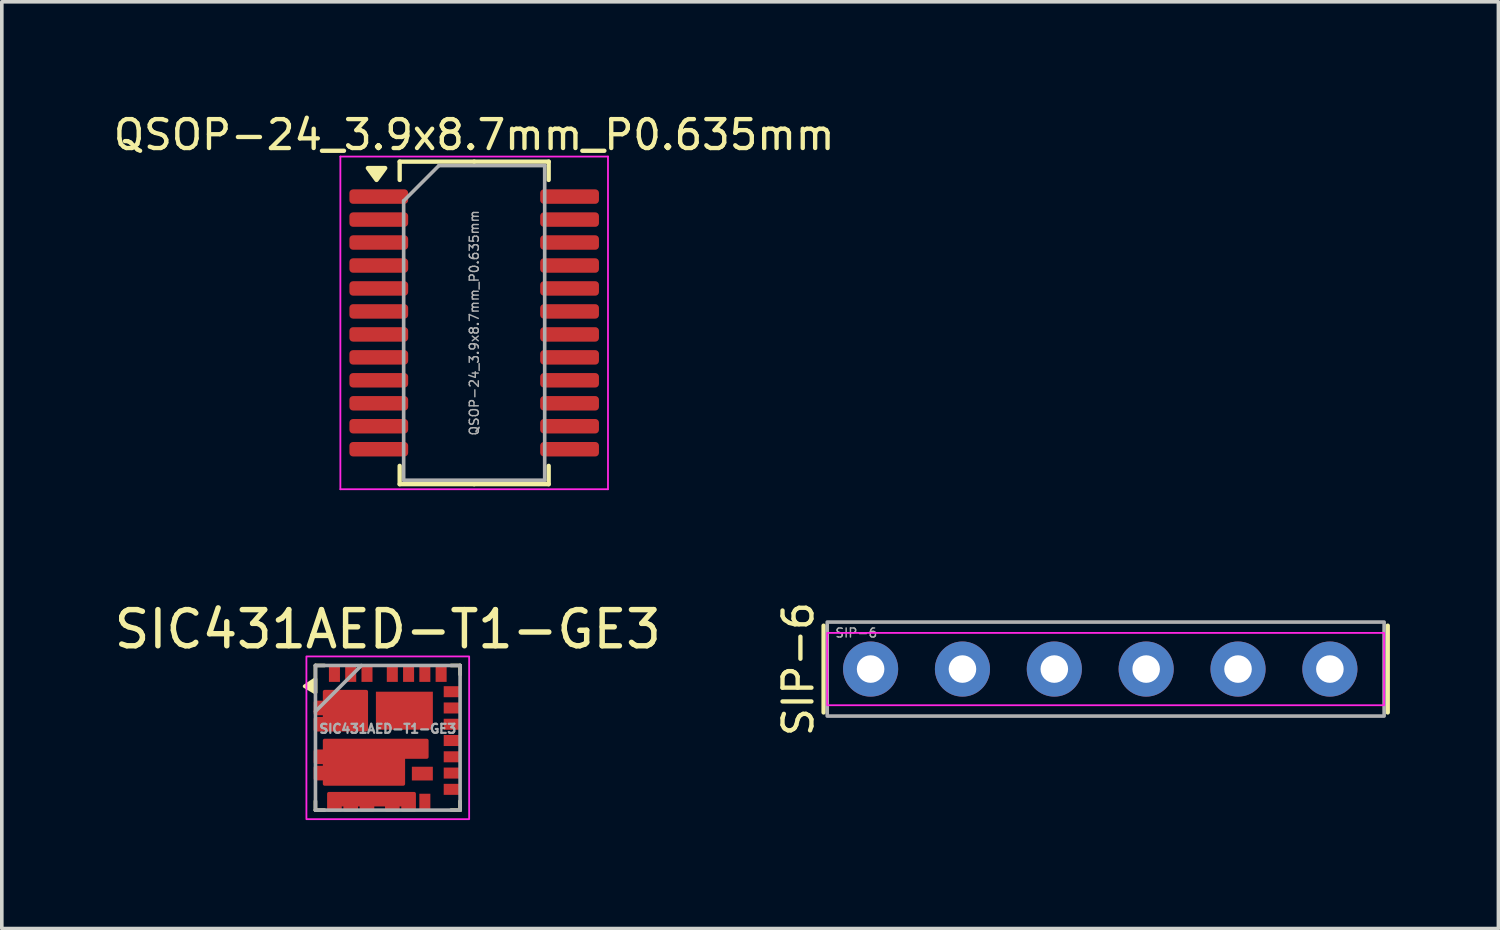
<source format=kicad_pcb>
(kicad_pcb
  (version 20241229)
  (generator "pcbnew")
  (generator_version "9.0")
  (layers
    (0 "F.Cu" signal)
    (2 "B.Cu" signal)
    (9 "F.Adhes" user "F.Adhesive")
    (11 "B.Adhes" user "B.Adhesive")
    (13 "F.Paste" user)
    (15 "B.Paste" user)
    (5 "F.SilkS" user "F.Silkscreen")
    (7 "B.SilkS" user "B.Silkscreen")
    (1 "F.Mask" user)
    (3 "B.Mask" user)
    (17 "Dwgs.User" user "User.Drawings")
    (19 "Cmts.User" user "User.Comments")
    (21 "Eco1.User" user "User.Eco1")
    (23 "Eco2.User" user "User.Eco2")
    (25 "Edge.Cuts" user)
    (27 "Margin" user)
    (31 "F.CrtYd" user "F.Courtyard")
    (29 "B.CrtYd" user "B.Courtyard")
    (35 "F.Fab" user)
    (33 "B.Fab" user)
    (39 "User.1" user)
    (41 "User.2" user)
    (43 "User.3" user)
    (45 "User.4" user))
  (footprint "QSOP-24_3.9x8.7mm_P0.635mm"
    (layer "F.Cu")
    (at 10.062 5.879)
    (property "Reference" "QSOP-24_3.9x8.7mm_P0.635mm" (at 0 -5.2 0) (layer "F.SilkS") (effects (font (size 0.8 0.8) (thickness 0.12))))
    (attr smd)
    (fp_line (start -2.06 -4.46) (end -2.06 -3.953) (stroke (width 0.12) (type solid)) (layer "F.SilkS"))
    (fp_line (start -2.06 4.46) (end -2.06 3.953) (stroke (width 0.12) (type solid)) (layer "F.SilkS"))
    (fp_line (start 0 -4.46) (end -2.06 -4.46) (stroke (width 0.12) (type solid)) (layer "F.SilkS"))
    (fp_line (start 0 -4.46) (end 2.06 -4.46) (stroke (width 0.12) (type solid)) (layer "F.SilkS"))
    (fp_line (start 0 4.46) (end -2.06 4.46) (stroke (width 0.12) (type solid)) (layer "F.SilkS"))
    (fp_line (start 0 4.46) (end 2.06 4.46) (stroke (width 0.12) (type solid)) (layer "F.SilkS"))
    (fp_line (start 2.06 -4.46) (end 2.06 -3.953) (stroke (width 0.12) (type solid)) (layer "F.SilkS"))
    (fp_line (start 2.06 4.46) (end 2.06 3.953) (stroke (width 0.12) (type solid)) (layer "F.SilkS"))
    (fp_poly (pts (xy -2.7 -3.953) (xy -2.94 -4.282) (xy -2.46 -4.282) (xy -2.7 -3.953)) (stroke (width 0.12) (type solid)) (fill yes) (layer "F.SilkS"))
    (fp_line (start -3.7 -4.6) (end -3.7 4.6) (stroke (width 0.05) (type solid)) (layer "F.CrtYd"))
    (fp_line (start -3.7 4.6) (end 3.7 4.6) (stroke (width 0.05) (type solid)) (layer "F.CrtYd"))
    (fp_line (start 3.7 -4.6) (end -3.7 -4.6) (stroke (width 0.05) (type solid)) (layer "F.CrtYd"))
    (fp_line (start 3.7 4.6) (end 3.7 -4.6) (stroke (width 0.05) (type solid)) (layer "F.CrtYd"))
    (fp_line (start -1.95 -3.375) (end -0.975 -4.35) (stroke (width 0.1) (type solid)) (layer "F.Fab"))
    (fp_line (start -1.95 4.35) (end -1.95 -3.375) (stroke (width 0.1) (type solid)) (layer "F.Fab"))
    (fp_line (start -0.975 -4.35) (end 1.95 -4.35) (stroke (width 0.1) (type solid)) (layer "F.Fab"))
    (fp_line (start 1.95 -4.35) (end 1.95 4.35) (stroke (width 0.1) (type solid)) (layer "F.Fab"))
    (fp_line (start 1.95 4.35) (end -1.95 4.35) (stroke (width 0.1) (type solid)) (layer "F.Fab"))
    (fp_text user "${REFERENCE}" (at 0 0 90) (layer "F.Fab") (effects (font (size 0.25 0.25) (thickness 0.04))))
    (pad "1" smd roundrect (at -2.638 -3.493) (size 1.625 0.4) (layers "F.Cu" "F.Mask" "F.Paste") (roundrect_rratio 0.25))
    (pad "2" smd roundrect (at -2.638 -2.857) (size 1.625 0.4) (layers "F.Cu" "F.Mask" "F.Paste") (roundrect_rratio 0.25))
    (pad "3" smd roundrect (at -2.638 -2.223) (size 1.625 0.4) (layers "F.Cu" "F.Mask" "F.Paste") (roundrect_rratio 0.25))
    (pad "4" smd roundrect (at -2.638 -1.587) (size 1.625 0.4) (layers "F.Cu" "F.Mask" "F.Paste") (roundrect_rratio 0.25))
    (pad "5" smd roundrect (at -2.638 -0.953) (size 1.625 0.4) (layers "F.Cu" "F.Mask" "F.Paste") (roundrect_rratio 0.25))
    (pad "6" smd roundrect (at -2.638 -0.318) (size 1.625 0.4) (layers "F.Cu" "F.Mask" "F.Paste") (roundrect_rratio 0.25))
    (pad "7" smd roundrect (at -2.638 0.318) (size 1.625 0.4) (layers "F.Cu" "F.Mask" "F.Paste") (roundrect_rratio 0.25))
    (pad "8" smd roundrect (at -2.638 0.953) (size 1.625 0.4) (layers "F.Cu" "F.Mask" "F.Paste") (roundrect_rratio 0.25))
    (pad "9" smd roundrect (at -2.638 1.587) (size 1.625 0.4) (layers "F.Cu" "F.Mask" "F.Paste") (roundrect_rratio 0.25))
    (pad "10" smd roundrect (at -2.638 2.223) (size 1.625 0.4) (layers "F.Cu" "F.Mask" "F.Paste") (roundrect_rratio 0.25))
    (pad "11" smd roundrect (at -2.638 2.857) (size 1.625 0.4) (layers "F.Cu" "F.Mask" "F.Paste") (roundrect_rratio 0.25))
    (pad "12" smd roundrect (at -2.638 3.493) (size 1.625 0.4) (layers "F.Cu" "F.Mask" "F.Paste") (roundrect_rratio 0.25))
    (pad "13" smd roundrect (at 2.638 3.493) (size 1.625 0.4) (layers "F.Cu" "F.Mask" "F.Paste") (roundrect_rratio 0.25))
    (pad "14" smd roundrect (at 2.638 2.857) (size 1.625 0.4) (layers "F.Cu" "F.Mask" "F.Paste") (roundrect_rratio 0.25))
    (pad "15" smd roundrect (at 2.638 2.223) (size 1.625 0.4) (layers "F.Cu" "F.Mask" "F.Paste") (roundrect_rratio 0.25))
    (pad "16" smd roundrect (at 2.638 1.587) (size 1.625 0.4) (layers "F.Cu" "F.Mask" "F.Paste") (roundrect_rratio 0.25))
    (pad "17" smd roundrect (at 2.638 0.953) (size 1.625 0.4) (layers "F.Cu" "F.Mask" "F.Paste") (roundrect_rratio 0.25))
    (pad "18" smd roundrect (at 2.638 0.318) (size 1.625 0.4) (layers "F.Cu" "F.Mask" "F.Paste") (roundrect_rratio 0.25))
    (pad "19" smd roundrect (at 2.638 -0.318) (size 1.625 0.4) (layers "F.Cu" "F.Mask" "F.Paste") (roundrect_rratio 0.25))
    (pad "20" smd roundrect (at 2.638 -0.953) (size 1.625 0.4) (layers "F.Cu" "F.Mask" "F.Paste") (roundrect_rratio 0.25))
    (pad "21" smd roundrect (at 2.638 -1.587) (size 1.625 0.4) (layers "F.Cu" "F.Mask" "F.Paste") (roundrect_rratio 0.25))
    (pad "22" smd roundrect (at 2.638 -2.223) (size 1.625 0.4) (layers "F.Cu" "F.Mask" "F.Paste") (roundrect_rratio 0.25))
    (pad "23" smd roundrect (at 2.638 -2.857) (size 1.625 0.4) (layers "F.Cu" "F.Mask" "F.Paste") (roundrect_rratio 0.25))
    (pad "24" smd roundrect (at 2.638 -3.493) (size 1.625 0.4) (layers "F.Cu" "F.Mask" "F.Paste") (roundrect_rratio 0.25)))
  (footprint "SIC431AED-T1-GE3"
    (layer "F.Cu")
    (at 7.673 17.352)
    (property "Reference" "SIC431AED-T1-GE3" (at 0 -3 0) (layer "F.SilkS") (effects (font (size 1 1) (thickness 0.15))))
    (attr through_hole)
    (fp_poly (pts (xy -2 -0.977) (xy -1.746 -0.977) (xy -1.746 -1.275) (xy -0.596 -1.275) (xy -0.596 -0.225) (xy -2 -0.223) (xy -2 -0.527) (xy -1.746 -0.527) (xy -1.746 -0.673) (xy -2 -0.673)) (stroke (width 0.1) (type solid)) (fill yes) (layer "F.Cu"))
    (fp_poly (pts (xy -1.746 1.275) (xy -1.746 1.127) (xy -2 1.127) (xy -2 0.823) (xy -1.746 0.823) (xy -1.746 0.677) (xy -2 0.677) (xy -2 0.373) (xy -1.746 0.373) (xy -1.746 0.075) (xy 1.079 0.076) (xy 1.079 0.53) (xy 0.429 0.53) (xy 0.429 1.275)) (stroke (width 0.1) (type solid)) (fill yes) (layer "F.Cu"))
    (fp_poly (pts (xy -1.628 2) (xy -1.628 1.546) (xy 0.728 1.546) (xy 0.728 2) (xy 0.423 2) (xy 0.423 1.848) (xy 0.277 1.848) (xy 0.277 2) (xy -0.027 2) (xy -0.027 1.848) (xy -0.423 1.848) (xy -0.423 2) (xy -0.727 2) (xy -0.727 1.848) (xy -0.873 1.848) (xy -0.873 2) (xy -1.178 2) (xy -1.178 1.848) (xy -1.323 1.848) (xy -1.323 2)) (stroke (width 0.1) (type solid)) (fill yes) (layer "F.Cu"))
    (fp_poly (pts (xy -2 -0.977) (xy -1.746 -0.977) (xy -1.746 -1.275) (xy -0.596 -1.275) (xy -0.596 -0.225) (xy -2 -0.223) (xy -2 -0.527) (xy -1.746 -0.527) (xy -1.746 -0.673) (xy -2 -0.673)) (stroke (width 0.1) (type solid)) (fill yes) (layer "F.Mask"))
    (fp_poly (pts (xy -1.746 1.275) (xy -1.746 1.127) (xy -2 1.127) (xy -2 0.823) (xy -1.746 0.823) (xy -1.746 0.677) (xy -2 0.677) (xy -2 0.373) (xy -1.746 0.373) (xy -1.746 0.075) (xy 1.079 0.076) (xy 1.079 0.53) (xy 0.429 0.53) (xy 0.429 1.275)) (stroke (width 0.1) (type solid)) (fill yes) (layer "F.Mask"))
    (fp_poly (pts (xy -1.628 1.546) (xy 0.728 1.546) (xy 0.728 2) (xy 0.423 2) (xy 0.423 1.848) (xy 0.277 1.848) (xy 0.277 2) (xy -0.027 2) (xy -0.027 1.848) (xy -0.423 1.848) (xy -0.423 2) (xy -0.727 2) (xy -0.727 1.848) (xy -0.873 1.848) (xy -0.873 2) (xy -1.178 2) (xy -1.178 1.848) (xy -1.323 1.848) (xy -1.323 2) (xy -1.628 2)) (stroke (width 0.1) (type solid)) (fill yes) (layer "F.Mask"))
    (fp_line (start -2 -2) (end -1.75 -2) (stroke (width 0.1) (type solid)) (layer "F.SilkS"))
    (fp_line (start -2 -1.25) (end -2 -2) (stroke (width 0.1) (type solid)) (layer "F.SilkS"))
    (fp_line (start -2 2) (end -2 1.75) (stroke (width 0.1) (type solid)) (layer "F.SilkS"))
    (fp_line (start -1.75 2) (end -2 2) (stroke (width 0.1) (type solid)) (layer "F.SilkS"))
    (fp_line (start 1.75 -2) (end 2 -2) (stroke (width 0.1) (type solid)) (layer "F.SilkS"))
    (fp_line (start 2 -2) (end 2 -1.75) (stroke (width 0.1) (type solid)) (layer "F.SilkS"))
    (fp_line (start 2 1.75) (end 2 2) (stroke (width 0.1) (type solid)) (layer "F.SilkS"))
    (fp_line (start 2 2) (end 1.75 2) (stroke (width 0.1) (type solid)) (layer "F.SilkS"))
    (fp_poly (pts (xy -2 -1.25) (xy -2.3 -1.425) (xy -2 -1.625)) (stroke (width 0.1) (type solid)) (fill yes) (layer "F.SilkS"))
    (fp_rect (start -1.6 1.5) (end 0.7 1.7) (stroke (width 0) (type solid)) (fill yes) (layer "F.Paste"))
    (fp_rect (start -1.5 -1.2) (end -0.8 -0.3) (stroke (width 0.1) (type solid)) (fill yes) (layer "F.Paste"))
    (fp_rect (start -1.5 0.2) (end 0.3 1.1) (stroke (width 0.1) (type solid)) (fill yes) (layer "F.Paste"))
    (fp_rect (start -0.2 -1.1) (end 1.1 -0.4) (stroke (width 0.1) (type solid)) (fill yes) (layer "F.Paste"))
    (fp_rect (start -2.25 -2.25) (end 2.25 2.25) (stroke (width 0.05) (type default)) (fill no) (layer "F.CrtYd"))
    (fp_line (start -2 -2) (end -2 2) (stroke (width 0.1) (type solid)) (layer "F.Fab"))
    (fp_line (start -2 -0.73) (end -0.73 -2) (stroke (width 0.1) (type solid)) (layer "F.Fab"))
    (fp_line (start -2 2) (end 2 2) (stroke (width 0.1) (type solid)) (layer "F.Fab"))
    (fp_line (start 2 -2) (end -2 -2) (stroke (width 0.1) (type solid)) (layer "F.Fab"))
    (fp_line (start 2 2) (end 2 -2) (stroke (width 0.1) (type solid)) (layer "F.Fab"))
    (fp_text user "${REFERENCE}" (at 0 -0.25 0) (layer "F.Fab") (effects (font (size 0.25 0.25) (thickness 0.062))))
    (pad "1" smd rect (at -1.873 -0.825 90) (size 0.305 0.254) (layers "F.Cu" "F.Mask" "F.Paste"))
    (pad "2" smd rect (at -1.873 -0.375 90) (size 0.305 0.254) (layers "F.Cu" "F.Mask" "F.Paste"))
    (pad "3" smd rect (at -1.873 0.525 90) (size 0.305 0.254) (layers "F.Cu" "F.Mask" "F.Paste"))
    (pad "4" smd rect (at -1.873 0.975 90) (size 0.305 0.254) (layers "F.Cu" "F.Mask" "F.Paste"))
    (pad "5" smd rect (at -1.475 1.924) (size 0.305 0.152) (layers "F.Cu" "F.Mask" "F.Paste"))
    (pad "6" smd rect (at -1.025 1.924) (size 0.305 0.152) (layers "F.Cu" "F.Mask" "F.Paste"))
    (pad "7" smd rect (at -0.575 1.924) (size 0.305 0.152) (layers "F.Cu" "F.Mask" "F.Paste"))
    (pad "8" smd rect (at 0.125 1.924) (size 0.305 0.152) (layers "F.Cu" "F.Mask" "F.Paste"))
    (pad "9" smd rect (at 0.575 1.924) (size 0.305 0.152) (layers "F.Cu" "F.Mask" "F.Paste"))
    (pad "10" smd rect (at 1.025 1.775) (size 0.305 0.457) (layers "F.Cu" "F.Mask" "F.Paste"))
    (pad "11" smd rect (at 1.775 1.425 90) (size 0.305 0.457) (layers "F.Cu" "F.Mask" "F.Paste"))
    (pad "12" smd rect (at 1.775 0.975 90) (size 0.305 0.457) (layers "F.Cu" "F.Mask" "F.Paste"))
    (pad "13" smd rect (at 1.775 0.525 90) (size 0.305 0.457) (layers "F.Cu" "F.Mask" "F.Paste"))
    (pad "14" smd rect (at 1.775 0.075 90) (size 0.305 0.457) (layers "F.Cu" "F.Mask" "F.Paste"))
    (pad "15" smd rect (at 1.775 -0.375 90) (size 0.305 0.457) (layers "F.Cu" "F.Mask" "F.Paste"))
    (pad "16" smd rect (at 1.775 -0.825 90) (size 0.305 0.457) (layers "F.Cu" "F.Mask" "F.Paste"))
    (pad "17" smd rect (at 1.775 -1.275 90) (size 0.305 0.457) (layers "F.Cu" "F.Mask" "F.Paste"))
    (pad "18" smd rect (at 1.475 -1.775) (size 0.305 0.457) (layers "F.Cu" "F.Mask" "F.Paste"))
    (pad "19" smd rect (at 1.025 -1.775) (size 0.305 0.457) (layers "F.Cu" "F.Mask" "F.Paste"))
    (pad "20" smd rect (at 0.575 -1.775) (size 0.305 0.457) (layers "F.Cu" "F.Mask" "F.Paste"))
    (pad "21" smd rect (at 0.125 -1.775) (size 0.305 0.457) (layers "F.Cu" "F.Mask" "F.Paste"))
    (pad "22" smd rect (at -0.575 -1.775) (size 0.305 0.457) (layers "F.Cu" "F.Mask" "F.Paste"))
    (pad "23" smd rect (at -1.025 -1.775) (size 0.305 0.457) (layers "F.Cu" "F.Mask" "F.Paste"))
    (pad "24" smd rect (at -1.475 -1.775) (size 0.305 0.457) (layers "F.Cu" "F.Mask" "F.Paste"))
    (pad "25" smd rect (at 0.459 -0.75) (size 1.575 1.05) (layers "F.Cu" "F.Mask"))
    (pad "26" smd circle (at -1.143 -0.762) (size 0.127 0.127) (layers "F.Cu" "F.Mask"))
    (pad "27" smd circle (at -0.635 0.635) (size 0.127 0.127) (layers "F.Cu" "F.Mask"))
    (pad "28" smd rect (at 0.956 0.99) (size 0.58 0.38) (layers "F.Cu" "F.Mask" "F.Paste")))
  (footprint "SIP-6"
    (layer "F.Cu")
    (at 21.024 15.451)
    (property "Reference" "SIP-6" (at -2 0 90) (unlocked yes) (layer "F.SilkS") (effects (font (size 0.8 0.8) (thickness 0.12))))
    (attr through_hole)
    (fp_line (start -1.3 -1.2) (end -1.3 1.2) (stroke (width 0.12) (type default)) (layer "F.SilkS"))
    (fp_line (start 14.3 -1.2) (end 14.3 1.2) (stroke (width 0.12) (type default)) (layer "F.SilkS"))
    (fp_rect (start -1.2 -1) (end 14.2 1) (stroke (width 0.05) (type default)) (fill no) (layer "F.CrtYd"))
    (fp_rect (start -1.2 -1.3) (end 14.2 1.3) (stroke (width 0.1) (type default)) (fill no) (layer "F.Fab"))
    (fp_text user "${REFERENCE}" (at -1 -1 0) (unlocked yes) (layer "F.Fab") (effects (font (size 0.25 0.25) (thickness 0.04)) (justify left)))
    (pad "1" thru_hole circle (at 0 0) (size 1.524 1.524) (drill 0.762) (layers "*.Cu" "*.Mask"))
    (pad "2" thru_hole circle (at 2.54 0) (size 1.524 1.524) (drill 0.762) (layers "*.Cu" "*.Mask"))
    (pad "3" thru_hole circle (at 5.08 0) (size 1.524 1.524) (drill 0.762) (layers "*.Cu" "*.Mask"))
    (pad "4" thru_hole circle (at 7.62 0) (size 1.524 1.524) (drill 0.762) (layers "*.Cu" "*.Mask"))
    (pad "5" thru_hole circle (at 10.16 0) (size 1.524 1.524) (drill 0.762) (layers "*.Cu" "*.Mask"))
    (pad "6" thru_hole circle (at 12.7 0) (size 1.524 1.524) (drill 0.762) (layers "*.Cu" "*.Mask")))
  (gr_rect
    (start -3 -3)
    (end 38.384 22.627)
    (stroke (width 0.1) (type default))
    (fill no)
    (layer "Edge.Cuts")))
</source>
